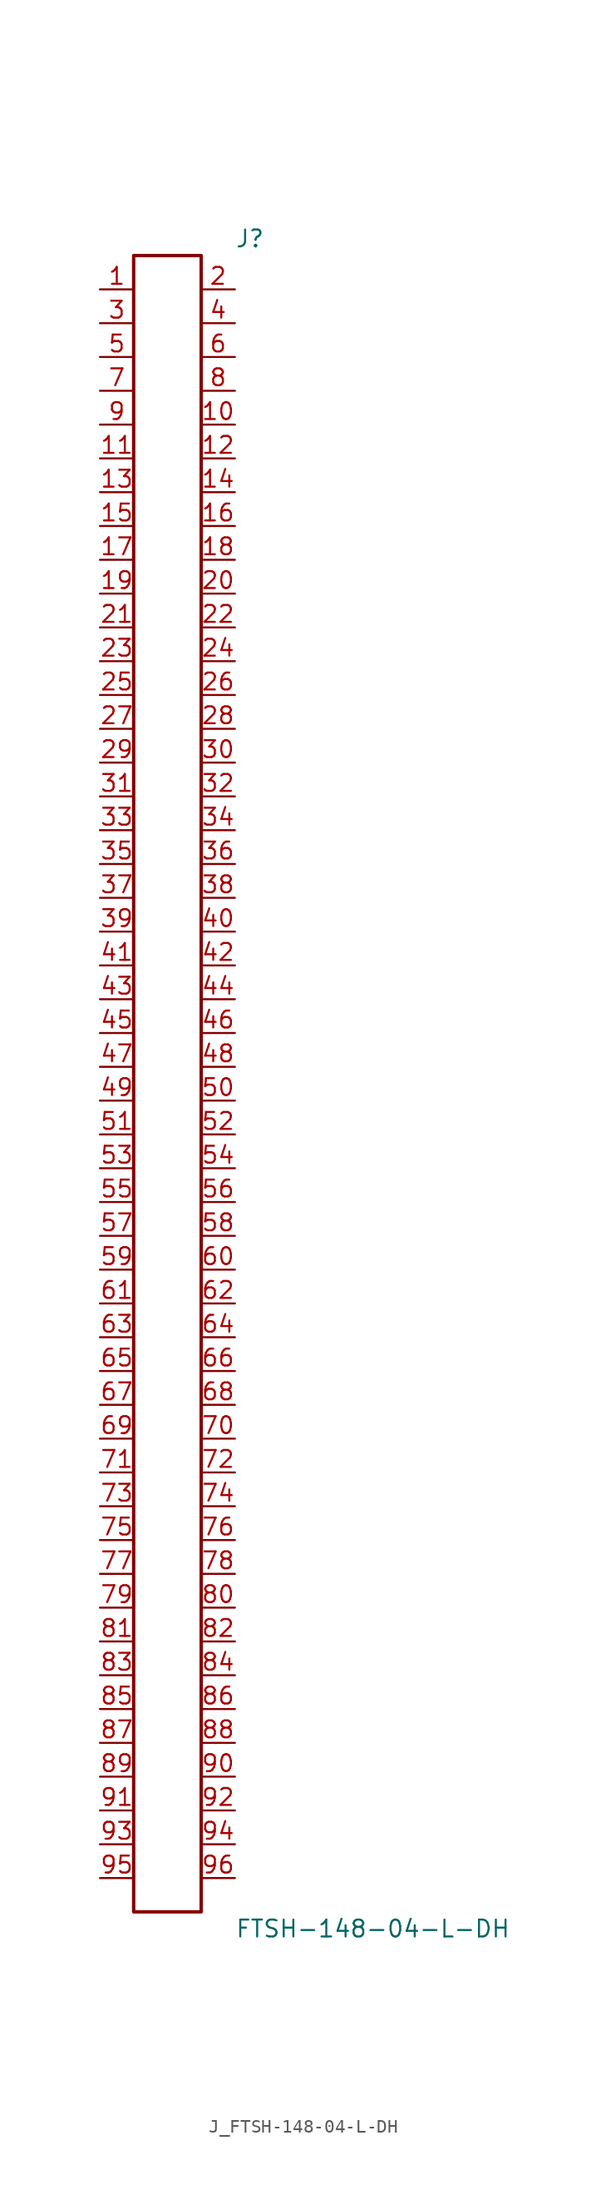
<source format=kicad_sym>
(kicad_symbol_lib
  (version 20231120)
  (generator kicad_symbol_editor)
  (generator_version 8.0)
  (symbol "J_FTSH-148-04-L-DH"
    (pin_names
      (offset 0.254))
    (property "Reference" "J"
      (at 5.08 63.5 0)
      (effects (font (size 1.27 1.27)) (justify left)))
    (property "Value" "FTSH-148-04-L-DH"
      (at 5.08 -63.5 0)
      (effects (font (size 1.27 1.27)) (justify left)))
    (symbol "J_FTSH-148-04-L-DH_0_0"
      (pin unspecified line (at -5.08 59.69 0) (length 2.54) (name "" (effects (font (size 1.27 1.27)))) (number "1" (effects (font (size 1.27 1.27)))))
      (pin unspecified line (at 5.08 59.69 180) (length 2.54) (name "" (effects (font (size 1.27 1.27)))) (number "2" (effects (font (size 1.27 1.27)))))
      (pin unspecified line (at -5.08 57.15 0) (length 2.54) (name "" (effects (font (size 1.27 1.27)))) (number "3" (effects (font (size 1.27 1.27)))))
      (pin unspecified line (at 5.08 57.15 180) (length 2.54) (name "" (effects (font (size 1.27 1.27)))) (number "4" (effects (font (size 1.27 1.27)))))
      (pin unspecified line (at -5.08 54.61 0) (length 2.54) (name "" (effects (font (size 1.27 1.27)))) (number "5" (effects (font (size 1.27 1.27)))))
      (pin unspecified line (at 5.08 54.61 180) (length 2.54) (name "" (effects (font (size 1.27 1.27)))) (number "6" (effects (font (size 1.27 1.27)))))
      (pin unspecified line (at -5.08 52.07 0) (length 2.54) (name "" (effects (font (size 1.27 1.27)))) (number "7" (effects (font (size 1.27 1.27)))))
      (pin unspecified line (at 5.08 52.07 180) (length 2.54) (name "" (effects (font (size 1.27 1.27)))) (number "8" (effects (font (size 1.27 1.27)))))
      (pin unspecified line (at -5.08 49.53 0) (length 2.54) (name "" (effects (font (size 1.27 1.27)))) (number "9" (effects (font (size 1.27 1.27)))))
      (pin unspecified line (at 5.08 49.53 180) (length 2.54) (name "" (effects (font (size 1.27 1.27)))) (number "10" (effects (font (size 1.27 1.27)))))
      (pin unspecified line (at -5.08 46.99 0) (length 2.54) (name "" (effects (font (size 1.27 1.27)))) (number "11" (effects (font (size 1.27 1.27)))))
      (pin unspecified line (at 5.08 46.99 180) (length 2.54) (name "" (effects (font (size 1.27 1.27)))) (number "12" (effects (font (size 1.27 1.27)))))
      (pin unspecified line (at -5.08 44.45 0) (length 2.54) (name "" (effects (font (size 1.27 1.27)))) (number "13" (effects (font (size 1.27 1.27)))))
      (pin unspecified line (at 5.08 44.45 180) (length 2.54) (name "" (effects (font (size 1.27 1.27)))) (number "14" (effects (font (size 1.27 1.27)))))
      (pin unspecified line (at -5.08 41.91 0) (length 2.54) (name "" (effects (font (size 1.27 1.27)))) (number "15" (effects (font (size 1.27 1.27)))))
      (pin unspecified line (at 5.08 41.91 180) (length 2.54) (name "" (effects (font (size 1.27 1.27)))) (number "16" (effects (font (size 1.27 1.27)))))
      (pin unspecified line (at -5.08 39.37 0) (length 2.54) (name "" (effects (font (size 1.27 1.27)))) (number "17" (effects (font (size 1.27 1.27)))))
      (pin unspecified line (at 5.08 39.37 180) (length 2.54) (name "" (effects (font (size 1.27 1.27)))) (number "18" (effects (font (size 1.27 1.27)))))
      (pin unspecified line (at -5.08 36.83 0) (length 2.54) (name "" (effects (font (size 1.27 1.27)))) (number "19" (effects (font (size 1.27 1.27)))))
      (pin unspecified line (at 5.08 36.83 180) (length 2.54) (name "" (effects (font (size 1.27 1.27)))) (number "20" (effects (font (size 1.27 1.27)))))
      (pin unspecified line (at -5.08 34.29 0) (length 2.54) (name "" (effects (font (size 1.27 1.27)))) (number "21" (effects (font (size 1.27 1.27)))))
      (pin unspecified line (at 5.08 34.29 180) (length 2.54) (name "" (effects (font (size 1.27 1.27)))) (number "22" (effects (font (size 1.27 1.27)))))
      (pin unspecified line (at -5.08 31.75 0) (length 2.54) (name "" (effects (font (size 1.27 1.27)))) (number "23" (effects (font (size 1.27 1.27)))))
      (pin unspecified line (at 5.08 31.75 180) (length 2.54) (name "" (effects (font (size 1.27 1.27)))) (number "24" (effects (font (size 1.27 1.27)))))
      (pin unspecified line (at -5.08 29.21 0) (length 2.54) (name "" (effects (font (size 1.27 1.27)))) (number "25" (effects (font (size 1.27 1.27)))))
      (pin unspecified line (at 5.08 29.21 180) (length 2.54) (name "" (effects (font (size 1.27 1.27)))) (number "26" (effects (font (size 1.27 1.27)))))
      (pin unspecified line (at -5.08 26.67 0) (length 2.54) (name "" (effects (font (size 1.27 1.27)))) (number "27" (effects (font (size 1.27 1.27)))))
      (pin unspecified line (at 5.08 26.67 180) (length 2.54) (name "" (effects (font (size 1.27 1.27)))) (number "28" (effects (font (size 1.27 1.27)))))
      (pin unspecified line (at -5.08 24.13 0) (length 2.54) (name "" (effects (font (size 1.27 1.27)))) (number "29" (effects (font (size 1.27 1.27)))))
      (pin unspecified line (at 5.08 24.13 180) (length 2.54) (name "" (effects (font (size 1.27 1.27)))) (number "30" (effects (font (size 1.27 1.27)))))
      (pin unspecified line (at -5.08 21.59 0) (length 2.54) (name "" (effects (font (size 1.27 1.27)))) (number "31" (effects (font (size 1.27 1.27)))))
      (pin unspecified line (at 5.08 21.59 180) (length 2.54) (name "" (effects (font (size 1.27 1.27)))) (number "32" (effects (font (size 1.27 1.27)))))
      (pin unspecified line (at -5.08 19.05 0) (length 2.54) (name "" (effects (font (size 1.27 1.27)))) (number "33" (effects (font (size 1.27 1.27)))))
      (pin unspecified line (at 5.08 19.05 180) (length 2.54) (name "" (effects (font (size 1.27 1.27)))) (number "34" (effects (font (size 1.27 1.27)))))
      (pin unspecified line (at -5.08 16.51 0) (length 2.54) (name "" (effects (font (size 1.27 1.27)))) (number "35" (effects (font (size 1.27 1.27)))))
      (pin unspecified line (at 5.08 16.51 180) (length 2.54) (name "" (effects (font (size 1.27 1.27)))) (number "36" (effects (font (size 1.27 1.27)))))
      (pin unspecified line (at -5.08 13.97 0) (length 2.54) (name "" (effects (font (size 1.27 1.27)))) (number "37" (effects (font (size 1.27 1.27)))))
      (pin unspecified line (at 5.08 13.97 180) (length 2.54) (name "" (effects (font (size 1.27 1.27)))) (number "38" (effects (font (size 1.27 1.27)))))
      (pin unspecified line (at -5.08 11.43 0) (length 2.54) (name "" (effects (font (size 1.27 1.27)))) (number "39" (effects (font (size 1.27 1.27)))))
      (pin unspecified line (at 5.08 11.43 180) (length 2.54) (name "" (effects (font (size 1.27 1.27)))) (number "40" (effects (font (size 1.27 1.27)))))
      (pin unspecified line (at -5.08 8.89 0) (length 2.54) (name "" (effects (font (size 1.27 1.27)))) (number "41" (effects (font (size 1.27 1.27)))))
      (pin unspecified line (at 5.08 8.89 180) (length 2.54) (name "" (effects (font (size 1.27 1.27)))) (number "42" (effects (font (size 1.27 1.27)))))
      (pin unspecified line (at -5.08 6.35 0) (length 2.54) (name "" (effects (font (size 1.27 1.27)))) (number "43" (effects (font (size 1.27 1.27)))))
      (pin unspecified line (at 5.08 6.35 180) (length 2.54) (name "" (effects (font (size 1.27 1.27)))) (number "44" (effects (font (size 1.27 1.27)))))
      (pin unspecified line (at -5.08 3.81 0) (length 2.54) (name "" (effects (font (size 1.27 1.27)))) (number "45" (effects (font (size 1.27 1.27)))))
      (pin unspecified line (at 5.08 3.81 180) (length 2.54) (name "" (effects (font (size 1.27 1.27)))) (number "46" (effects (font (size 1.27 1.27)))))
      (pin unspecified line (at -5.08 1.27 0) (length 2.54) (name "" (effects (font (size 1.27 1.27)))) (number "47" (effects (font (size 1.27 1.27)))))
      (pin unspecified line (at 5.08 1.27 180) (length 2.54) (name "" (effects (font (size 1.27 1.27)))) (number "48" (effects (font (size 1.27 1.27)))))
      (pin unspecified line (at -5.08 -1.27 0) (length 2.54) (name "" (effects (font (size 1.27 1.27)))) (number "49" (effects (font (size 1.27 1.27)))))
      (pin unspecified line (at 5.08 -1.27 180) (length 2.54) (name "" (effects (font (size 1.27 1.27)))) (number "50" (effects (font (size 1.27 1.27)))))
      (pin unspecified line (at -5.08 -3.81 0) (length 2.54) (name "" (effects (font (size 1.27 1.27)))) (number "51" (effects (font (size 1.27 1.27)))))
      (pin unspecified line (at 5.08 -3.81 180) (length 2.54) (name "" (effects (font (size 1.27 1.27)))) (number "52" (effects (font (size 1.27 1.27)))))
      (pin unspecified line (at -5.08 -6.35 0) (length 2.54) (name "" (effects (font (size 1.27 1.27)))) (number "53" (effects (font (size 1.27 1.27)))))
      (pin unspecified line (at 5.08 -6.35 180) (length 2.54) (name "" (effects (font (size 1.27 1.27)))) (number "54" (effects (font (size 1.27 1.27)))))
      (pin unspecified line (at -5.08 -8.89 0) (length 2.54) (name "" (effects (font (size 1.27 1.27)))) (number "55" (effects (font (size 1.27 1.27)))))
      (pin unspecified line (at 5.08 -8.89 180) (length 2.54) (name "" (effects (font (size 1.27 1.27)))) (number "56" (effects (font (size 1.27 1.27)))))
      (pin unspecified line (at -5.08 -11.43 0) (length 2.54) (name "" (effects (font (size 1.27 1.27)))) (number "57" (effects (font (size 1.27 1.27)))))
      (pin unspecified line (at 5.08 -11.43 180) (length 2.54) (name "" (effects (font (size 1.27 1.27)))) (number "58" (effects (font (size 1.27 1.27)))))
      (pin unspecified line (at -5.08 -13.97 0) (length 2.54) (name "" (effects (font (size 1.27 1.27)))) (number "59" (effects (font (size 1.27 1.27)))))
      (pin unspecified line (at 5.08 -13.97 180) (length 2.54) (name "" (effects (font (size 1.27 1.27)))) (number "60" (effects (font (size 1.27 1.27)))))
      (pin unspecified line (at -5.08 -16.51 0) (length 2.54) (name "" (effects (font (size 1.27 1.27)))) (number "61" (effects (font (size 1.27 1.27)))))
      (pin unspecified line (at 5.08 -16.51 180) (length 2.54) (name "" (effects (font (size 1.27 1.27)))) (number "62" (effects (font (size 1.27 1.27)))))
      (pin unspecified line (at -5.08 -19.05 0) (length 2.54) (name "" (effects (font (size 1.27 1.27)))) (number "63" (effects (font (size 1.27 1.27)))))
      (pin unspecified line (at 5.08 -19.05 180) (length 2.54) (name "" (effects (font (size 1.27 1.27)))) (number "64" (effects (font (size 1.27 1.27)))))
      (pin unspecified line (at -5.08 -21.59 0) (length 2.54) (name "" (effects (font (size 1.27 1.27)))) (number "65" (effects (font (size 1.27 1.27)))))
      (pin unspecified line (at 5.08 -21.59 180) (length 2.54) (name "" (effects (font (size 1.27 1.27)))) (number "66" (effects (font (size 1.27 1.27)))))
      (pin unspecified line (at -5.08 -24.13 0) (length 2.54) (name "" (effects (font (size 1.27 1.27)))) (number "67" (effects (font (size 1.27 1.27)))))
      (pin unspecified line (at 5.08 -24.13 180) (length 2.54) (name "" (effects (font (size 1.27 1.27)))) (number "68" (effects (font (size 1.27 1.27)))))
      (pin unspecified line (at -5.08 -26.67 0) (length 2.54) (name "" (effects (font (size 1.27 1.27)))) (number "69" (effects (font (size 1.27 1.27)))))
      (pin unspecified line (at 5.08 -26.67 180) (length 2.54) (name "" (effects (font (size 1.27 1.27)))) (number "70" (effects (font (size 1.27 1.27)))))
      (pin unspecified line (at -5.08 -29.21 0) (length 2.54) (name "" (effects (font (size 1.27 1.27)))) (number "71" (effects (font (size 1.27 1.27)))))
      (pin unspecified line (at 5.08 -29.21 180) (length 2.54) (name "" (effects (font (size 1.27 1.27)))) (number "72" (effects (font (size 1.27 1.27)))))
      (pin unspecified line (at -5.08 -31.75 0) (length 2.54) (name "" (effects (font (size 1.27 1.27)))) (number "73" (effects (font (size 1.27 1.27)))))
      (pin unspecified line (at 5.08 -31.75 180) (length 2.54) (name "" (effects (font (size 1.27 1.27)))) (number "74" (effects (font (size 1.27 1.27)))))
      (pin unspecified line (at -5.08 -34.29 0) (length 2.54) (name "" (effects (font (size 1.27 1.27)))) (number "75" (effects (font (size 1.27 1.27)))))
      (pin unspecified line (at 5.08 -34.29 180) (length 2.54) (name "" (effects (font (size 1.27 1.27)))) (number "76" (effects (font (size 1.27 1.27)))))
      (pin unspecified line (at -5.08 -36.83 0) (length 2.54) (name "" (effects (font (size 1.27 1.27)))) (number "77" (effects (font (size 1.27 1.27)))))
      (pin unspecified line (at 5.08 -36.83 180) (length 2.54) (name "" (effects (font (size 1.27 1.27)))) (number "78" (effects (font (size 1.27 1.27)))))
      (pin unspecified line (at -5.08 -39.37 0) (length 2.54) (name "" (effects (font (size 1.27 1.27)))) (number "79" (effects (font (size 1.27 1.27)))))
      (pin unspecified line (at 5.08 -39.37 180) (length 2.54) (name "" (effects (font (size 1.27 1.27)))) (number "80" (effects (font (size 1.27 1.27)))))
      (pin unspecified line (at -5.08 -41.91 0) (length 2.54) (name "" (effects (font (size 1.27 1.27)))) (number "81" (effects (font (size 1.27 1.27)))))
      (pin unspecified line (at 5.08 -41.91 180) (length 2.54) (name "" (effects (font (size 1.27 1.27)))) (number "82" (effects (font (size 1.27 1.27)))))
      (pin unspecified line (at -5.08 -44.45 0) (length 2.54) (name "" (effects (font (size 1.27 1.27)))) (number "83" (effects (font (size 1.27 1.27)))))
      (pin unspecified line (at 5.08 -44.45 180) (length 2.54) (name "" (effects (font (size 1.27 1.27)))) (number "84" (effects (font (size 1.27 1.27)))))
      (pin unspecified line (at -5.08 -46.99 0) (length 2.54) (name "" (effects (font (size 1.27 1.27)))) (number "85" (effects (font (size 1.27 1.27)))))
      (pin unspecified line (at 5.08 -46.99 180) (length 2.54) (name "" (effects (font (size 1.27 1.27)))) (number "86" (effects (font (size 1.27 1.27)))))
      (pin unspecified line (at -5.08 -49.53 0) (length 2.54) (name "" (effects (font (size 1.27 1.27)))) (number "87" (effects (font (size 1.27 1.27)))))
      (pin unspecified line (at 5.08 -49.53 180) (length 2.54) (name "" (effects (font (size 1.27 1.27)))) (number "88" (effects (font (size 1.27 1.27)))))
      (pin unspecified line (at -5.08 -52.07 0) (length 2.54) (name "" (effects (font (size 1.27 1.27)))) (number "89" (effects (font (size 1.27 1.27)))))
      (pin unspecified line (at 5.08 -52.07 180) (length 2.54) (name "" (effects (font (size 1.27 1.27)))) (number "90" (effects (font (size 1.27 1.27)))))
      (pin unspecified line (at -5.08 -54.61 0) (length 2.54) (name "" (effects (font (size 1.27 1.27)))) (number "91" (effects (font (size 1.27 1.27)))))
      (pin unspecified line (at 5.08 -54.61 180) (length 2.54) (name "" (effects (font (size 1.27 1.27)))) (number "92" (effects (font (size 1.27 1.27)))))
      (pin unspecified line (at -5.08 -57.15 0) (length 2.54) (name "" (effects (font (size 1.27 1.27)))) (number "93" (effects (font (size 1.27 1.27)))))
      (pin unspecified line (at 5.08 -57.15 180) (length 2.54) (name "" (effects (font (size 1.27 1.27)))) (number "94" (effects (font (size 1.27 1.27)))))
      (pin unspecified line (at -5.08 -59.69 0) (length 2.54) (name "" (effects (font (size 1.27 1.27)))) (number "95" (effects (font (size 1.27 1.27)))))
      (pin unspecified line (at 5.08 -59.69 180) (length 2.54) (name "" (effects (font (size 1.27 1.27)))) (number "96" (effects (font (size 1.27 1.27))))))
    (symbol "J_FTSH-148-04-L-DH_1_0"
      (rectangle (start -2.54 62.23) (end 2.54 -62.23) (stroke (width 0.254) (type solid)) (fill (type none))))))
</source>
